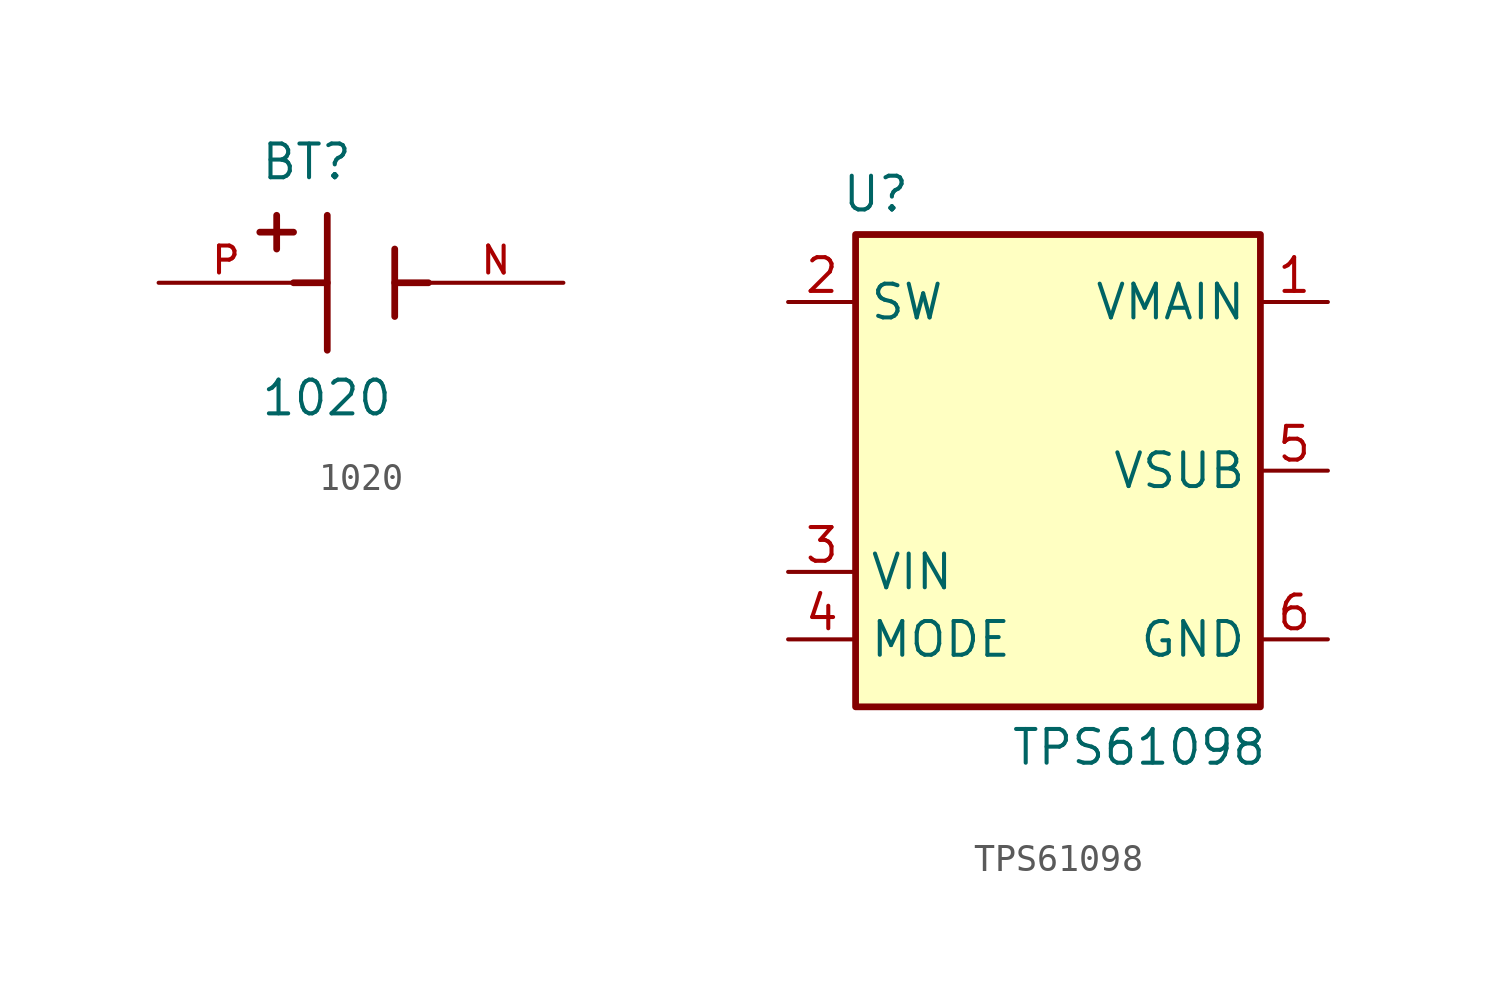
<source format=kicad_sym>
(kicad_symbol_lib
  (version 20241209)
  (generator "kicad_symbol_editor")
  (generator_version "9.0")
  (symbol "1020"
    (pin_names
      (offset 1.016))
    (property "Reference" "BT"
      (at -3.81 3.81 0)
      (effects (font (size 1.27 1.27)) (justify left bottom)))
    (property "Value" "1020"
      (at -3.81 -5.08 0)
      (effects (font (size 1.27 1.27)) (justify left bottom)))
    (symbol "1020_0_0"
      (polyline (pts (xy -3.81 1.905) (xy -2.54 1.905)) (stroke (width 0.254) (type default)) (fill (type none)))
      (polyline (pts (xy -3.175 2.54) (xy -3.175 1.27)) (stroke (width 0.254) (type default)) (fill (type none)))
      (polyline (pts (xy -1.27 2.54) (xy -1.27 -2.54)) (stroke (width 0.254) (type default)) (fill (type none)))
      (polyline (pts (xy -1.27 0) (xy -2.54 0)) (stroke (width 0.254) (type default)) (fill (type none)))
      (polyline (pts (xy 1.27 1.27) (xy 1.27 -1.27)) (stroke (width 0.254) (type default)) (fill (type none)))
      (polyline (pts (xy 1.27 0) (xy 2.54 0)) (stroke (width 0.254) (type default)) (fill (type none)))
      (pin passive line (at -7.62 0 0) (length 5.08) (name "~" (effects (font (size 1.016 1.016)))) (number "P" (effects (font (size 1.016 1.016)))))
      (pin passive line (at 7.62 0 180) (length 5.08) (name "~" (effects (font (size 1.016 1.016)))) (number "N" (effects (font (size 1.016 1.016)))))))
  (symbol "TPS61098"
    (property "Reference" "U"
      (at -6.858 10.414 0)
      (effects (font (size 1.27 1.27))))
    (property "Value" "TPS61098"
      (at 3.048 -10.414 0)
      (effects (font (size 1.27 1.27))))
    (symbol "TPS61098_0_1"
      (rectangle (start -7.62 8.89) (end 7.62 -8.89) (stroke (width 0.254) (type default)) (fill (type background))))
    (symbol "TPS61098_1_1"
      (pin power_out line (at -10.16 6.35 0) (length 2.54) (name "SW" (effects (font (size 1.27 1.27)))) (number "2" (effects (font (size 1.27 1.27)))))
      (pin power_in line (at -10.16 -3.81 0) (length 2.54) (name "VIN" (effects (font (size 1.27 1.27)))) (number "3" (effects (font (size 1.27 1.27)))))
      (pin input line (at -10.16 -6.35 0) (length 2.54) (name "MODE" (effects (font (size 1.27 1.27)))) (number "4" (effects (font (size 1.27 1.27)))))
      (pin power_out line (at 10.16 6.35 180) (length 2.54) (name "VMAIN" (effects (font (size 1.27 1.27)))) (number "1" (effects (font (size 1.27 1.27)))))
      (pin power_out line (at 10.16 0 180) (length 2.54) (name "VSUB" (effects (font (size 1.27 1.27)))) (number "5" (effects (font (size 1.27 1.27)))))
      (pin power_in line (at 10.16 -6.35 180) (length 2.54) (name "GND" (effects (font (size 1.27 1.27)))) (number "6" (effects (font (size 1.27 1.27))))))))
</source>
